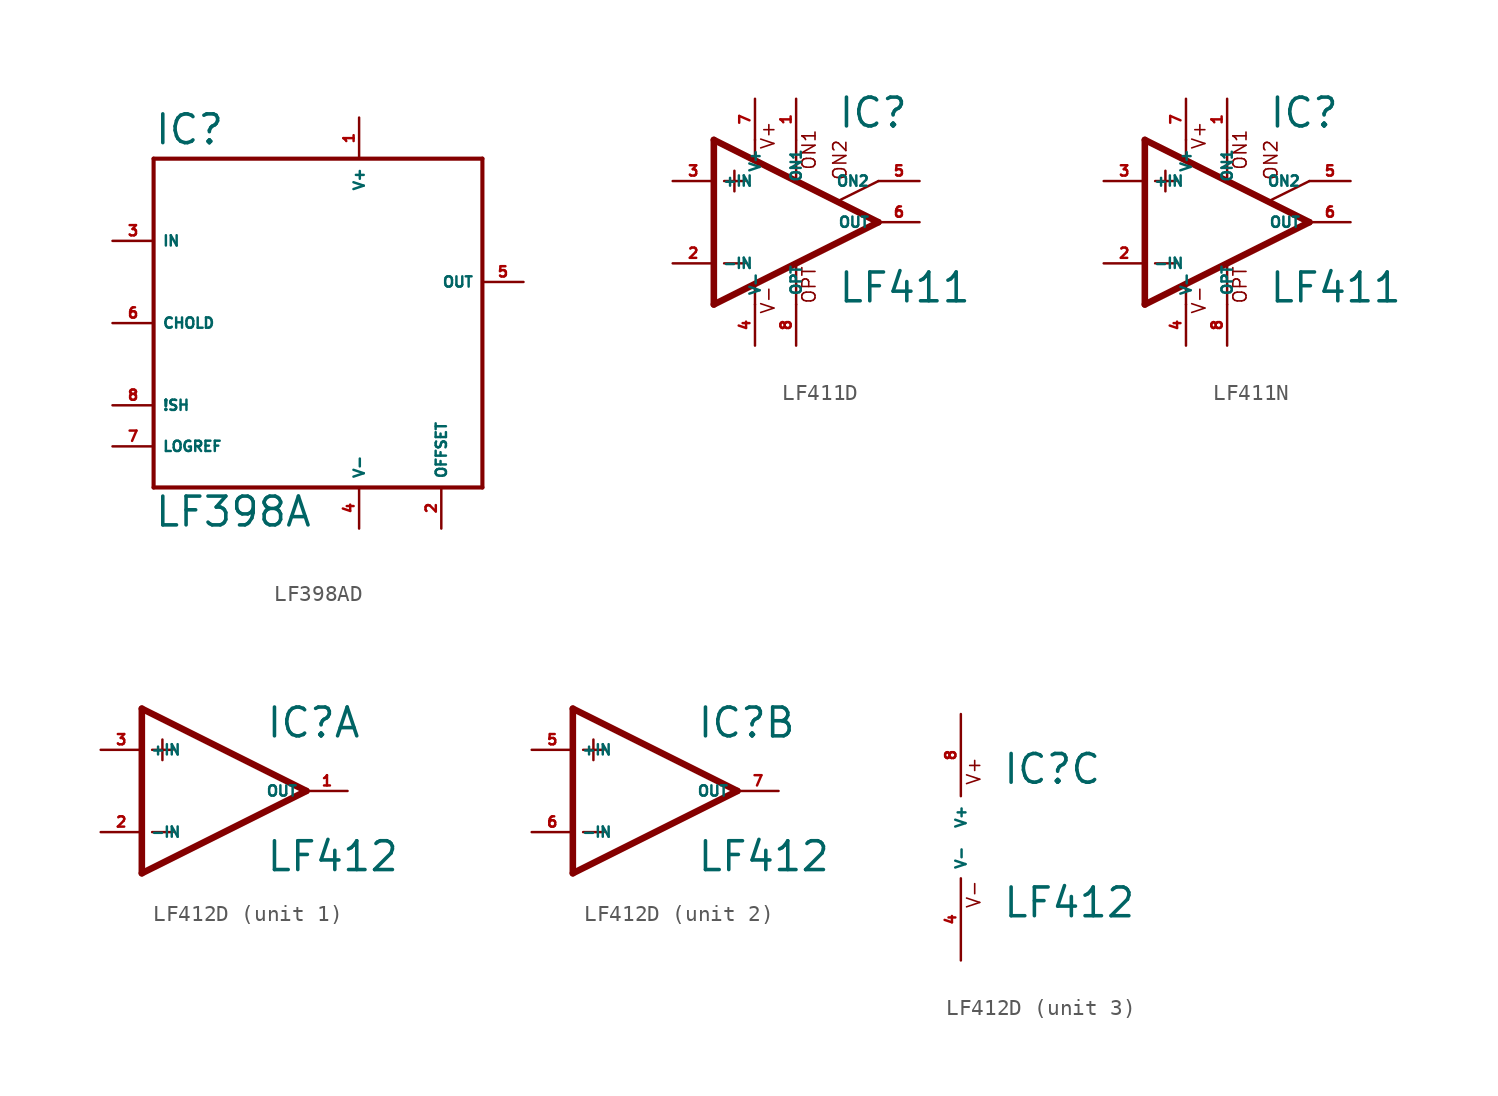
<source format=kicad_sym>
(kicad_symbol_lib
  (version 20220914)
  (generator Eagle2Kicad)
  (symbol "LF398AD"
    (property "Reference" "IC"
      (at -10.16 10.922 0)
      (effects (font (size 1.778 1.778) (thickness 0.22)) (justify left bottom)))
    (property "Value" "LF398A"
      (at -10.16 -12.7 0)
      (effects (font (size 1.778 1.778) (thickness 0.22)) (justify left bottom)))
    (polyline
      (pts (xy -10.16 10.16) (xy -10.16 -10.16))
      (stroke (width 0.254) (type default))
      (fill (type none)))
    (polyline
      (pts (xy -10.16 10.16) (xy 10.16 10.16))
      (stroke (width 0.254) (type default))
      (fill (type none)))
    (polyline
      (pts (xy 10.16 10.16) (xy 10.16 -10.16))
      (stroke (width 0.254) (type default))
      (fill (type none)))
    (polyline
      (pts (xy 10.16 -10.16) (xy -10.16 -10.16))
      (stroke (width 0.254) (type default))
      (fill (type none)))
    (pin input line
      (at -12.7 5.08 0)
      (length 2.54)
      (name "IN" (effects (font (size 0.635 0.635) (thickness 0.08)) (justify left bottom)))
      (number "3" (effects (font (size 0.635 0.635) (thickness 0.08)) (justify left bottom))))
    (pin unspecified line
      (at 2.54 12.7 270)
      (length 2.54)
      (name "V+" (effects (font (size 0.635 0.635) (thickness 0.08)) (justify left bottom)))
      (number "1" (effects (font (size 0.635 0.635) (thickness 0.08)) (justify left bottom))))
    (pin unspecified line
      (at 2.54 -12.7 90)
      (length 2.54)
      (name "V-" (effects (font (size 0.635 0.635) (thickness 0.08)) (justify left bottom)))
      (number "4" (effects (font (size 0.635 0.635) (thickness 0.08)) (justify left bottom))))
    (pin input line
      (at -12.7 -5.08 0)
      (length 2.54)
      (name "!SH" (effects (font (size 0.635 0.635) (thickness 0.08)) (justify left bottom)))
      (number "8" (effects (font (size 0.635 0.635) (thickness 0.08)) (justify left bottom))))
    (pin output line
      (at 12.7 2.54 180)
      (length 2.54)
      (name "OUT" (effects (font (size 0.635 0.635) (thickness 0.08)) (justify left bottom)))
      (number "5" (effects (font (size 0.635 0.635) (thickness 0.08)) (justify left bottom))))
    (pin unspecified line
      (at -12.7 -7.62 0)
      (length 2.54)
      (name "LOGREF" (effects (font (size 0.635 0.635) (thickness 0.08)) (justify left bottom)))
      (number "7" (effects (font (size 0.635 0.635) (thickness 0.08)) (justify left bottom))))
    (pin input line
      (at 7.62 -12.7 90)
      (length 2.54)
      (name "OFFSET" (effects (font (size 0.635 0.635) (thickness 0.08)) (justify left bottom)))
      (number "2" (effects (font (size 0.635 0.635) (thickness 0.08)) (justify left bottom))))
    (pin passive line
      (at -12.7 0 0)
      (length 2.54)
      (name "CHOLD" (effects (font (size 0.635 0.635) (thickness 0.08)) (justify left bottom)))
      (number "6" (effects (font (size 0.635 0.635) (thickness 0.08)) (justify left bottom)))))
  (symbol "LF411D"
    (property "Reference" "IC"
      (at 2.54 5.715 0)
      (effects (font (size 1.778 1.778) (thickness 0.22)) (justify left bottom)))
    (property "Value" "LF411"
      (at 2.54 -5.08 0)
      (effects (font (size 1.778 1.778) (thickness 0.22)) (justify left bottom)))
    (polyline
      (pts (xy -3.81 3.175) (xy -3.81 1.905))
      (stroke (width 0.152) (type default))
      (fill (type none)))
    (polyline
      (pts (xy -4.445 2.54) (xy -3.175 2.54))
      (stroke (width 0.152) (type default))
      (fill (type none)))
    (polyline
      (pts (xy -4.445 -2.54) (xy -3.175 -2.54))
      (stroke (width 0.152) (type default))
      (fill (type none)))
    (polyline
      (pts (xy -2.54 5.08) (xy -2.54 3.886))
      (stroke (width 0.152) (type default))
      (fill (type none)))
    (polyline
      (pts (xy 0 5.055) (xy 0 2.616))
      (stroke (width 0.152) (type default))
      (fill (type none)))
    (polyline
      (pts (xy 0 -2.616) (xy 0 -5.08))
      (stroke (width 0.152) (type default))
      (fill (type none)))
    (polyline
      (pts (xy -2.54 -3.912) (xy -2.54 -5.08))
      (stroke (width 0.152) (type default))
      (fill (type none)))
    (polyline
      (pts (xy 5.08 2.54) (xy 2.616 1.321))
      (stroke (width 0.152) (type default))
      (fill (type none)))
    (polyline
      (pts (xy 5.08 0) (xy -5.08 5.08))
      (stroke (width 0.406) (type default))
      (fill (type none)))
    (polyline
      (pts (xy -5.08 5.08) (xy -5.08 -5.08))
      (stroke (width 0.406) (type default))
      (fill (type none)))
    (polyline
      (pts (xy -5.08 -5.08) (xy 5.08 0))
      (stroke (width 0.406) (type default))
      (fill (type none)))
    (text "ON1"
      (at 1.27 3.175 900)
      (effects (font (size 0.813 0.813) (thickness 0.10)) (justify left bottom)))
    (text "ON2"
      (at 3.175 2.54 900)
      (effects (font (size 0.813 0.813) (thickness 0.10)) (justify left bottom)))
    (text "OPT"
      (at 1.27 -5.08 900)
      (effects (font (size 0.813 0.813) (thickness 0.10)) (justify left bottom)))
    (text "V+"
      (at -1.27 4.445 900)
      (effects (font (size 0.813 0.813) (thickness 0.10)) (justify left bottom)))
    (text "V-"
      (at -1.27 -5.715 900)
      (effects (font (size 0.813 0.813) (thickness 0.10)) (justify left bottom)))
    (pin passive line
      (at 7.62 2.54 180)
      (length 2.54)
      (name "ON2" (effects (font (size 0.635 0.635) (thickness 0.08)) (justify left bottom)))
      (number "5" (effects (font (size 0.635 0.635) (thickness 0.08)) (justify left bottom))))
    (pin passive line
      (at 0 7.62 270)
      (length 2.54)
      (name "ON1" (effects (font (size 0.635 0.635) (thickness 0.08)) (justify left bottom)))
      (number "1" (effects (font (size 0.635 0.635) (thickness 0.08)) (justify left bottom))))
    (pin input line
      (at -7.62 -2.54 0)
      (length 2.54)
      (name "-IN" (effects (font (size 0.635 0.635) (thickness 0.08)) (justify left bottom)))
      (number "2" (effects (font (size 0.635 0.635) (thickness 0.08)) (justify left bottom))))
    (pin input line
      (at -7.62 2.54 0)
      (length 2.54)
      (name "+IN" (effects (font (size 0.635 0.635) (thickness 0.08)) (justify left bottom)))
      (number "3" (effects (font (size 0.635 0.635) (thickness 0.08)) (justify left bottom))))
    (pin output line
      (at 7.62 0 180)
      (length 2.54)
      (name "OUT" (effects (font (size 0.635 0.635) (thickness 0.08)) (justify left bottom)))
      (number "6" (effects (font (size 0.635 0.635) (thickness 0.08)) (justify left bottom))))
    (pin passive line
      (at 0 -7.62 90)
      (length 2.54)
      (name "OPT" (effects (font (size 0.635 0.635) (thickness 0.08)) (justify left bottom)))
      (number "8" (effects (font (size 0.635 0.635) (thickness 0.08)) (justify left bottom))))
    (pin unspecified line
      (at -2.54 7.62 270)
      (length 2.54)
      (name "V+" (effects (font (size 0.635 0.635) (thickness 0.08)) (justify left bottom)))
      (number "7" (effects (font (size 0.635 0.635) (thickness 0.08)) (justify left bottom))))
    (pin unspecified line
      (at -2.54 -7.62 90)
      (length 2.54)
      (name "V-" (effects (font (size 0.635 0.635) (thickness 0.08)) (justify left bottom)))
      (number "4" (effects (font (size 0.635 0.635) (thickness 0.08)) (justify left bottom)))))
  (symbol "LF411N"
    (property "Reference" "IC"
      (at 2.54 5.715 0)
      (effects (font (size 1.778 1.778) (thickness 0.22)) (justify left bottom)))
    (property "Value" "LF411"
      (at 2.54 -5.08 0)
      (effects (font (size 1.778 1.778) (thickness 0.22)) (justify left bottom)))
    (polyline
      (pts (xy -3.81 3.175) (xy -3.81 1.905))
      (stroke (width 0.152) (type default))
      (fill (type none)))
    (polyline
      (pts (xy -4.445 2.54) (xy -3.175 2.54))
      (stroke (width 0.152) (type default))
      (fill (type none)))
    (polyline
      (pts (xy -4.445 -2.54) (xy -3.175 -2.54))
      (stroke (width 0.152) (type default))
      (fill (type none)))
    (polyline
      (pts (xy -2.54 5.08) (xy -2.54 3.886))
      (stroke (width 0.152) (type default))
      (fill (type none)))
    (polyline
      (pts (xy 0 5.055) (xy 0 2.616))
      (stroke (width 0.152) (type default))
      (fill (type none)))
    (polyline
      (pts (xy 0 -2.616) (xy 0 -5.08))
      (stroke (width 0.152) (type default))
      (fill (type none)))
    (polyline
      (pts (xy -2.54 -3.912) (xy -2.54 -5.08))
      (stroke (width 0.152) (type default))
      (fill (type none)))
    (polyline
      (pts (xy 5.08 2.54) (xy 2.616 1.321))
      (stroke (width 0.152) (type default))
      (fill (type none)))
    (polyline
      (pts (xy 5.08 0) (xy -5.08 5.08))
      (stroke (width 0.406) (type default))
      (fill (type none)))
    (polyline
      (pts (xy -5.08 5.08) (xy -5.08 -5.08))
      (stroke (width 0.406) (type default))
      (fill (type none)))
    (polyline
      (pts (xy -5.08 -5.08) (xy 5.08 0))
      (stroke (width 0.406) (type default))
      (fill (type none)))
    (text "ON1"
      (at 1.27 3.175 900)
      (effects (font (size 0.813 0.813) (thickness 0.10)) (justify left bottom)))
    (text "ON2"
      (at 3.175 2.54 900)
      (effects (font (size 0.813 0.813) (thickness 0.10)) (justify left bottom)))
    (text "OPT"
      (at 1.27 -5.08 900)
      (effects (font (size 0.813 0.813) (thickness 0.10)) (justify left bottom)))
    (text "V+"
      (at -1.27 4.445 900)
      (effects (font (size 0.813 0.813) (thickness 0.10)) (justify left bottom)))
    (text "V-"
      (at -1.27 -5.715 900)
      (effects (font (size 0.813 0.813) (thickness 0.10)) (justify left bottom)))
    (pin passive line
      (at 7.62 2.54 180)
      (length 2.54)
      (name "ON2" (effects (font (size 0.635 0.635) (thickness 0.08)) (justify left bottom)))
      (number "5" (effects (font (size 0.635 0.635) (thickness 0.08)) (justify left bottom))))
    (pin passive line
      (at 0 7.62 270)
      (length 2.54)
      (name "ON1" (effects (font (size 0.635 0.635) (thickness 0.08)) (justify left bottom)))
      (number "1" (effects (font (size 0.635 0.635) (thickness 0.08)) (justify left bottom))))
    (pin input line
      (at -7.62 -2.54 0)
      (length 2.54)
      (name "-IN" (effects (font (size 0.635 0.635) (thickness 0.08)) (justify left bottom)))
      (number "2" (effects (font (size 0.635 0.635) (thickness 0.08)) (justify left bottom))))
    (pin input line
      (at -7.62 2.54 0)
      (length 2.54)
      (name "+IN" (effects (font (size 0.635 0.635) (thickness 0.08)) (justify left bottom)))
      (number "3" (effects (font (size 0.635 0.635) (thickness 0.08)) (justify left bottom))))
    (pin output line
      (at 7.62 0 180)
      (length 2.54)
      (name "OUT" (effects (font (size 0.635 0.635) (thickness 0.08)) (justify left bottom)))
      (number "6" (effects (font (size 0.635 0.635) (thickness 0.08)) (justify left bottom))))
    (pin passive line
      (at 0 -7.62 90)
      (length 2.54)
      (name "OPT" (effects (font (size 0.635 0.635) (thickness 0.08)) (justify left bottom)))
      (number "8" (effects (font (size 0.635 0.635) (thickness 0.08)) (justify left bottom))))
    (pin unspecified line
      (at -2.54 7.62 270)
      (length 2.54)
      (name "V+" (effects (font (size 0.635 0.635) (thickness 0.08)) (justify left bottom)))
      (number "7" (effects (font (size 0.635 0.635) (thickness 0.08)) (justify left bottom))))
    (pin unspecified line
      (at -2.54 -7.62 90)
      (length 2.54)
      (name "V-" (effects (font (size 0.635 0.635) (thickness 0.08)) (justify left bottom)))
      (number "4" (effects (font (size 0.635 0.635) (thickness 0.08)) (justify left bottom)))))
  (symbol "LF412D"
    (property "Reference" "IC"
      (at 2.54 3.175 0)
      (effects (font (size 1.778 1.778) (thickness 0.22)) (justify left bottom)))
    (property "Value" "LF412"
      (at 2.54 -5.08 0)
      (effects (font (size 1.778 1.778) (thickness 0.22)) (justify left bottom)))
    (symbol "LF412D_1_0"
      (polyline (pts (xy -5.08 5.08) (xy -5.08 -5.08)) (stroke (width 0.406) (type default)) (fill (type none)))
      (polyline (pts (xy -5.08 -5.08) (xy 5.08 0)) (stroke (width 0.406) (type default)) (fill (type none)))
      (polyline (pts (xy 5.08 0) (xy -5.08 5.08)) (stroke (width 0.406) (type default)) (fill (type none)))
      (polyline (pts (xy -3.81 3.175) (xy -3.81 1.905)) (stroke (width 0.152) (type default)) (fill (type none)))
      (polyline (pts (xy -4.445 2.54) (xy -3.175 2.54)) (stroke (width 0.152) (type default)) (fill (type none)))
      (polyline (pts (xy -4.445 -2.54) (xy -3.175 -2.54)) (stroke (width 0.152) (type default)) (fill (type none)))
      (pin input line (at -7.62 -2.54 0) (length 2.54) (name "-IN" (effects (font (size 0.635 0.635) (thickness 0.08)) (justify left bottom))) (number "2" (effects (font (size 0.635 0.635) (thickness 0.08)) (justify left bottom))))
      (pin input line (at -7.62 2.54 0) (length 2.54) (name "+IN" (effects (font (size 0.635 0.635) (thickness 0.08)) (justify left bottom))) (number "3" (effects (font (size 0.635 0.635) (thickness 0.08)) (justify left bottom))))
      (pin output line (at 7.62 0 180) (length 2.54) (name "OUT" (effects (font (size 0.635 0.635) (thickness 0.08)) (justify left bottom))) (number "1" (effects (font (size 0.635 0.635) (thickness 0.08)) (justify left bottom)))))
    (symbol "LF412D_2_0"
      (polyline (pts (xy -5.08 5.08) (xy -5.08 -5.08)) (stroke (width 0.406) (type default)) (fill (type none)))
      (polyline (pts (xy -5.08 -5.08) (xy 5.08 0)) (stroke (width 0.406) (type default)) (fill (type none)))
      (polyline (pts (xy 5.08 0) (xy -5.08 5.08)) (stroke (width 0.406) (type default)) (fill (type none)))
      (polyline (pts (xy -3.81 3.175) (xy -3.81 1.905)) (stroke (width 0.152) (type default)) (fill (type none)))
      (polyline (pts (xy -4.445 2.54) (xy -3.175 2.54)) (stroke (width 0.152) (type default)) (fill (type none)))
      (polyline (pts (xy -4.445 -2.54) (xy -3.175 -2.54)) (stroke (width 0.152) (type default)) (fill (type none)))
      (pin input line (at -7.62 -2.54 0) (length 2.54) (name "-IN" (effects (font (size 0.635 0.635) (thickness 0.08)) (justify left bottom))) (number "6" (effects (font (size 0.635 0.635) (thickness 0.08)) (justify left bottom))))
      (pin input line (at -7.62 2.54 0) (length 2.54) (name "+IN" (effects (font (size 0.635 0.635) (thickness 0.08)) (justify left bottom))) (number "5" (effects (font (size 0.635 0.635) (thickness 0.08)) (justify left bottom))))
      (pin output line (at 7.62 0 180) (length 2.54) (name "OUT" (effects (font (size 0.635 0.635) (thickness 0.08)) (justify left bottom))) (number "7" (effects (font (size 0.635 0.635) (thickness 0.08)) (justify left bottom)))))
    (symbol "LF412D_3_0"
      (text "V+" (at 1.27 3.175 900) (effects (font (size 0.813 0.813) (thickness 0.10)) (justify left bottom)))
      (text "V-" (at 1.27 -4.445 900) (effects (font (size 0.813 0.813) (thickness 0.10)) (justify left bottom)))
      (pin unspecified line (at 0 7.62 270) (length 5.08) (name "V+" (effects (font (size 0.635 0.635) (thickness 0.08)) (justify left bottom))) (number "8" (effects (font (size 0.635 0.635) (thickness 0.08)) (justify left bottom))))
      (pin unspecified line (at 0 -7.62 90) (length 5.08) (name "V-" (effects (font (size 0.635 0.635) (thickness 0.08)) (justify left bottom))) (number "4" (effects (font (size 0.635 0.635) (thickness 0.08)) (justify left bottom)))))))
</source>
